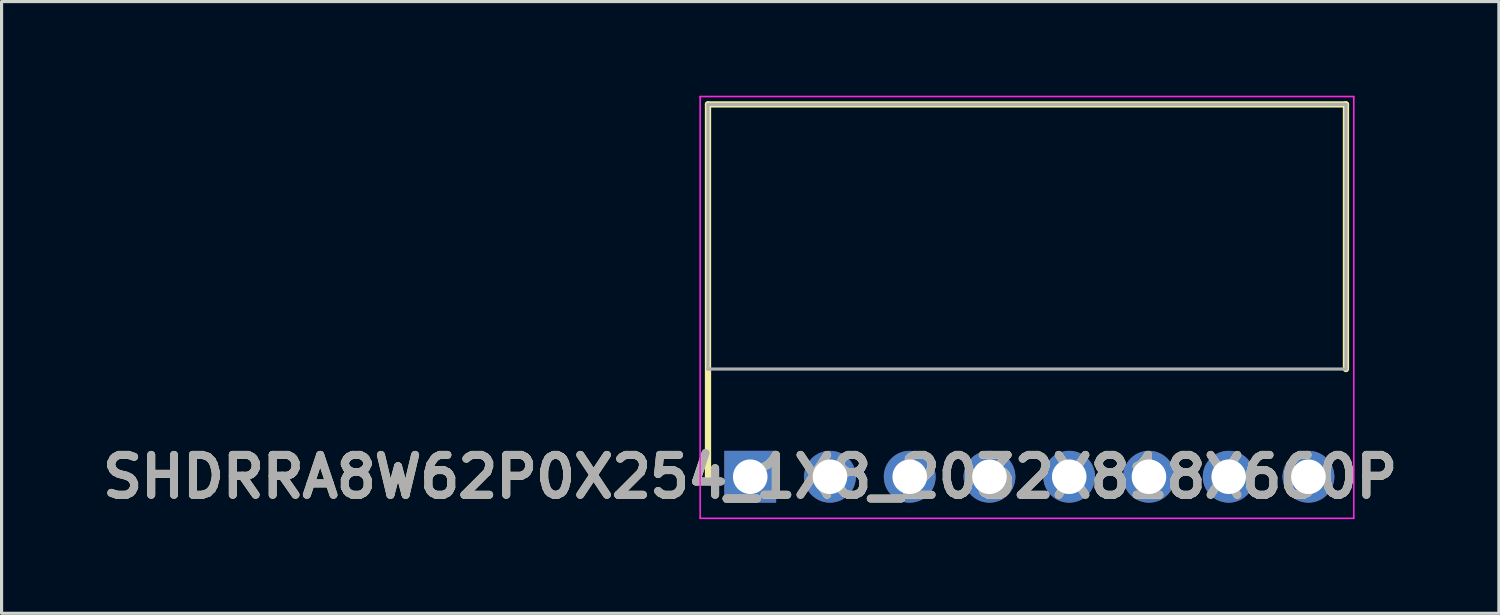
<source format=kicad_pcb>
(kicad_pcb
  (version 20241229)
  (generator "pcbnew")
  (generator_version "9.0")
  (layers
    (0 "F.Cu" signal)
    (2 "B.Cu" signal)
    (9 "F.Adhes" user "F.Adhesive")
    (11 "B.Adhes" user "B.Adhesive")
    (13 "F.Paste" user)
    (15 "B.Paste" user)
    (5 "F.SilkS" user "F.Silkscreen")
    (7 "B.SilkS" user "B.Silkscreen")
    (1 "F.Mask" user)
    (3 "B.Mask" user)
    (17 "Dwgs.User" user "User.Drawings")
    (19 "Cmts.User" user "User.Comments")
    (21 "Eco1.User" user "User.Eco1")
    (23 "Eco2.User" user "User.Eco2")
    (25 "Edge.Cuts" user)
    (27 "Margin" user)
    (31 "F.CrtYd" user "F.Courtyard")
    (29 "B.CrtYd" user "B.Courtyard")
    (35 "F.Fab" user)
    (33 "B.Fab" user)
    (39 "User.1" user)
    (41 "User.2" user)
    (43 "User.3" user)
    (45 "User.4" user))
  (footprint "SHDRRA8W62P0X254_1X8_2032X818X660P"
    (layer "F.Cu")
    (at 20.846 12.135)
    (property "Reference" "SHDRRA8W62P0X254_1X8_2032X818X660P" (at 0 0 0) (layer "F.SilkS") (effects (font (size 1.27 1.27) (thickness 0.254))))
    (attr through_hole)
    (fp_line (start -1.345 -11.86) (end 18.975 -11.86) (stroke (width 0.2) (type solid)) (layer "F.SilkS"))
    (fp_line (start -1.345 0) (end -1.345 -11.86) (stroke (width 0.2) (type solid)) (layer "F.SilkS"))
    (fp_line (start 18.975 -11.86) (end 18.975 -3.43) (stroke (width 0.2) (type solid)) (layer "F.SilkS"))
    (fp_line (start -1.595 -12.11) (end -1.595 1.325) (stroke (width 0.05) (type solid)) (layer "F.CrtYd"))
    (fp_line (start -1.595 1.325) (end 19.225 1.325) (stroke (width 0.05) (type solid)) (layer "F.CrtYd"))
    (fp_line (start 19.225 -12.11) (end -1.595 -12.11) (stroke (width 0.05) (type solid)) (layer "F.CrtYd"))
    (fp_line (start 19.225 1.325) (end 19.225 -12.11) (stroke (width 0.05) (type solid)) (layer "F.CrtYd"))
    (fp_line (start -1.345 -11.86) (end 18.975 -11.86) (stroke (width 0.1) (type solid)) (layer "F.Fab"))
    (fp_line (start -1.345 -3.43) (end -1.345 -11.86) (stroke (width 0.1) (type solid)) (layer "F.Fab"))
    (fp_line (start 18.975 -11.86) (end 18.975 -3.43) (stroke (width 0.1) (type solid)) (layer "F.Fab"))
    (fp_line (start 18.975 -3.43) (end -1.345 -3.43) (stroke (width 0.1) (type solid)) (layer "F.Fab"))
    (fp_text user "${REFERENCE}" (at 0 0 0) (layer "F.Fab") (effects (font (size 1.27 1.27) (thickness 0.254))))
    (pad "1" thru_hole rect (at 0 0) (size 1.65 1.65) (drill 1.1) (layers "*.Cu" "*.Mask"))
    (pad "2" thru_hole circle (at 2.54 0) (size 1.65 1.65) (drill 1.1) (layers "*.Cu" "*.Mask"))
    (pad "3" thru_hole circle (at 5.08 0) (size 1.65 1.65) (drill 1.1) (layers "*.Cu" "*.Mask"))
    (pad "4" thru_hole circle (at 7.62 0) (size 1.65 1.65) (drill 1.1) (layers "*.Cu" "*.Mask"))
    (pad "5" thru_hole circle (at 10.16 0) (size 1.65 1.65) (drill 1.1) (layers "*.Cu" "*.Mask"))
    (pad "6" thru_hole circle (at 12.7 0) (size 1.65 1.65) (drill 1.1) (layers "*.Cu" "*.Mask"))
    (pad "7" thru_hole circle (at 15.24 0) (size 1.65 1.65) (drill 1.1) (layers "*.Cu" "*.Mask"))
    (pad "8" thru_hole circle (at 17.78 0) (size 1.65 1.65) (drill 1.1) (layers "*.Cu" "*.Mask")))
  (gr_rect
    (start -3 -3)
    (end 44.692 16.485)
    (stroke (width 0.1) (type default))
    (fill no)
    (layer "Edge.Cuts")))
</source>
